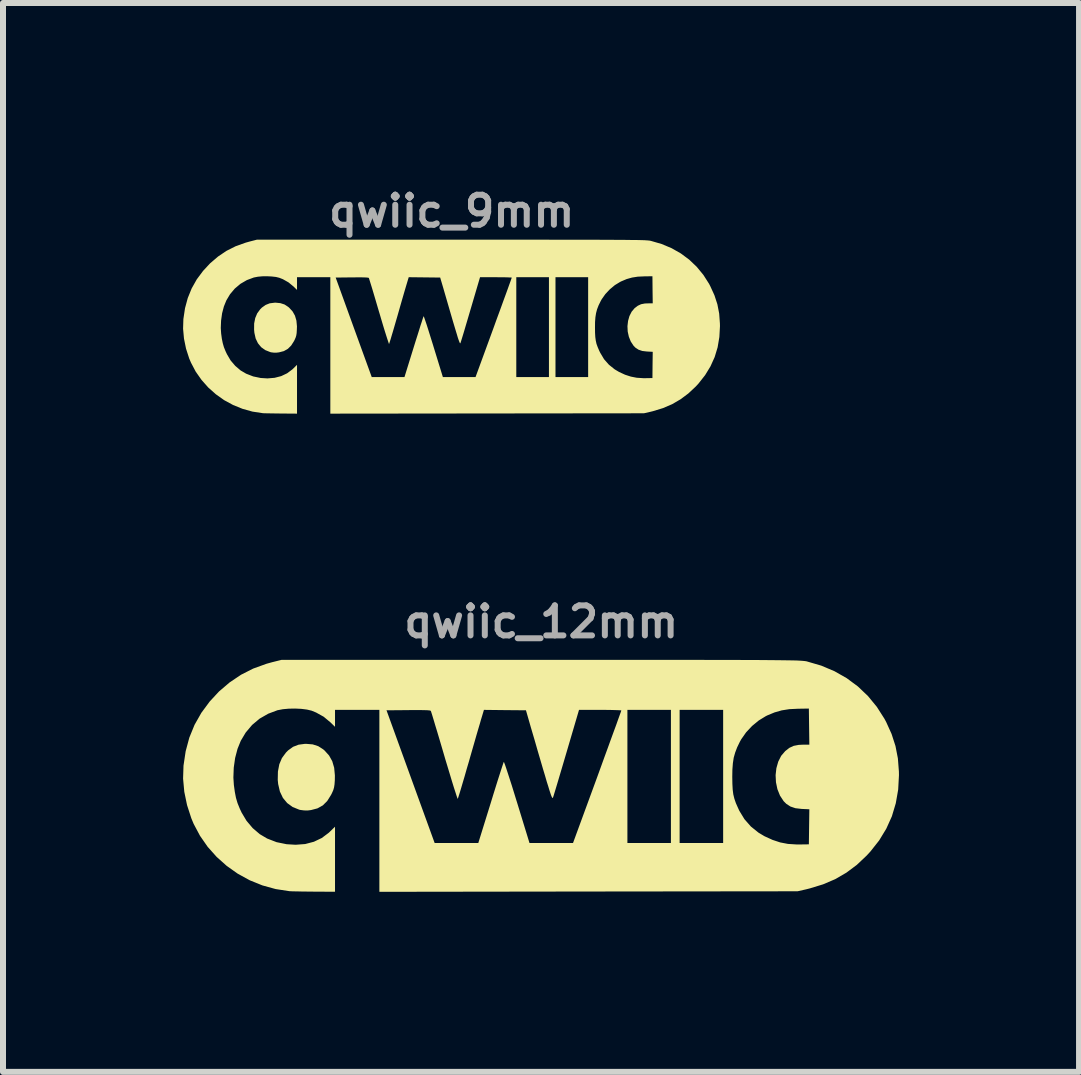
<source format=kicad_pcb>
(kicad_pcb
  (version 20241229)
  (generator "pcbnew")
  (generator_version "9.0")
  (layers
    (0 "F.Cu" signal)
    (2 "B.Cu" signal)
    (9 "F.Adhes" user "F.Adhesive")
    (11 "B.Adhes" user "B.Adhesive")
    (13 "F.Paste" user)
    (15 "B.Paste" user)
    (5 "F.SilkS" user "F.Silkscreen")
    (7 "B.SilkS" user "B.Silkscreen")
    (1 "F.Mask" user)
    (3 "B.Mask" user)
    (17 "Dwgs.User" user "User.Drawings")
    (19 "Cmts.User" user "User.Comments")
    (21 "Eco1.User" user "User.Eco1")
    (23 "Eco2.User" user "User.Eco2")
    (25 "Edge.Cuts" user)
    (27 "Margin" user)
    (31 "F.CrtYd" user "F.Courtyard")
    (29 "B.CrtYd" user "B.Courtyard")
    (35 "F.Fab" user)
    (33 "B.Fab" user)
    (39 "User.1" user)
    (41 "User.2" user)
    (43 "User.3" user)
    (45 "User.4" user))
  (footprint "qwiic_12mm"
    (layer "F.Cu")
    (at 5.967 9.849)
    (property "Reference" "qwiic_12mm" (at 0 -2.54 0) (layer "F.Fab") (effects (font (size 0.5 0.5) (thickness 0.1))))
    (attr board_only exclude_from_pos_files exclude_from_bom)
    (fp_poly (pts (xy -3.807 -0.498) (xy -3.715 -0.468) (xy -3.631 -0.414) (xy -3.609 -0.395) (xy -3.535 -0.313) (xy -3.482 -0.218) (xy -3.45 -0.109) (xy -3.438 0.019) (xy -3.439 0.098) (xy -3.444 0.167) (xy -3.452 0.219) (xy -3.465 0.264) (xy -3.487 0.314) (xy -3.503 0.345) (xy -3.565 0.444) (xy -3.639 0.518) (xy -3.729 0.568) (xy -3.836 0.596) (xy -3.891 0.603) (xy -3.951 0.602) (xy -4.013 0.594) (xy -4.031 0.59) (xy -4.142 0.545) (xy -4.233 0.479) (xy -4.304 0.393) (xy -4.354 0.288) (xy -4.383 0.163) (xy -4.39 0.094) (xy -4.387 -0.046) (xy -4.364 -0.167) (xy -4.32 -0.271) (xy -4.253 -0.362) (xy -4.216 -0.399) (xy -4.134 -0.458) (xy -4.043 -0.493) (xy -3.937 -0.507) (xy -3.914 -0.507)) (stroke (width 0) (type solid)) (fill yes) (layer "F.SilkS"))
    (fp_poly (pts (xy 0.412 -1.906) (xy 0.804 -1.906) (xy 1.169 -1.906) (xy 1.507 -1.906) (xy 1.821 -1.906) (xy 2.11 -1.906) (xy 2.377 -1.906) (xy 2.622 -1.906) (xy 2.845 -1.905) (xy 3.049 -1.905) (xy 3.233 -1.905) (xy 3.399 -1.904) (xy 3.549 -1.904) (xy 3.682 -1.903) (xy 3.8 -1.902) (xy 3.904 -1.901) (xy 3.995 -1.9) (xy 4.074 -1.899) (xy 4.142 -1.898) (xy 4.2 -1.897) (xy 4.249 -1.896) (xy 4.289 -1.894) (xy 4.323 -1.892) (xy 4.35 -1.89) (xy 4.373 -1.888) (xy 4.391 -1.886) (xy 4.406 -1.884) (xy 4.419 -1.882) (xy 4.429 -1.879) (xy 4.665 -1.81) (xy 4.885 -1.717) (xy 5.089 -1.601) (xy 5.275 -1.463) (xy 5.442 -1.304) (xy 5.59 -1.124) (xy 5.717 -0.925) (xy 5.746 -0.871) (xy 5.836 -0.672) (xy 5.901 -0.471) (xy 5.941 -0.265) (xy 5.958 -0.046) (xy 5.959 0.014) (xy 5.946 0.255) (xy 5.906 0.483) (xy 5.841 0.7) (xy 5.748 0.906) (xy 5.629 1.102) (xy 5.482 1.288) (xy 5.42 1.355) (xy 5.256 1.51) (xy 5.083 1.639) (xy 4.897 1.747) (xy 4.696 1.833) (xy 4.474 1.901) (xy 4.41 1.917) (xy 4.27 1.949) (xy 0.787 1.953) (xy -2.697 1.958) (xy -2.697 0.442) (xy -2.697 -1.066) (xy -2.578 -1.066) (xy -2.177 0.04) (xy -1.776 1.145) (xy -1.413 1.145) (xy -1.049 1.145) (xy -0.841 0.475) (xy -0.8 0.341) (xy -0.761 0.216) (xy -0.725 0.101) (xy -0.693 0.001) (xy -0.666 -0.083) (xy -0.645 -0.147) (xy -0.631 -0.189) (xy -0.624 -0.207) (xy -0.624 -0.207) (xy -0.618 -0.196) (xy -0.604 -0.159) (xy -0.584 -0.1) (xy -0.558 -0.021) (xy -0.527 0.075) (xy -0.491 0.186) (xy -0.453 0.309) (xy -0.412 0.442) (xy -0.405 0.464) (xy -0.196 1.145) (xy 0.167 1.145) (xy 0.529 1.145) (xy 0.932 0.046) (xy 0.994 -0.125) (xy 1.053 -0.288) (xy 1.109 -0.441) (xy 1.16 -0.582) (xy 1.206 -0.708) (xy 1.247 -0.819) (xy 1.28 -0.912) (xy 1.306 -0.984) (xy 1.324 -1.034) (xy 1.333 -1.06) (xy 1.334 -1.063) (xy 1.32 -1.066) (xy 1.281 -1.068) (xy 1.221 -1.07) (xy 1.144 -1.072) (xy 1.053 -1.073) (xy 0.981 -1.073) (xy 1.435 -1.073) (xy 1.435 0.036) (xy 1.435 1.145) (xy 1.798 1.145) (xy 2.16 1.145) (xy 2.16 0.036) (xy 2.16 -1.073) (xy 2.305 -1.073) (xy 2.305 0.036) (xy 2.305 1.145) (xy 2.668 1.145) (xy 3.03 1.145) (xy 3.03 0.043) (xy 3.182 0.043) (xy 3.184 0.16) (xy 3.189 0.254) (xy 3.199 0.334) (xy 3.217 0.407) (xy 3.242 0.48) (xy 3.278 0.561) (xy 3.299 0.607) (xy 3.385 0.748) (xy 3.492 0.87) (xy 3.62 0.973) (xy 3.719 1.032) (xy 3.853 1.093) (xy 3.98 1.135) (xy 4.11 1.16) (xy 4.253 1.169) (xy 4.32 1.169) (xy 4.458 1.167) (xy 4.462 0.875) (xy 4.466 0.583) (xy 4.338 0.577) (xy 4.234 0.565) (xy 4.151 0.537) (xy 4.082 0.492) (xy 4.038 0.448) (xy 3.977 0.355) (xy 3.934 0.248) (xy 3.91 0.133) (xy 3.904 0.014) (xy 3.917 -0.102) (xy 3.948 -0.211) (xy 3.997 -0.308) (xy 4.064 -0.386) (xy 4.134 -0.441) (xy 4.206 -0.474) (xy 4.29 -0.49) (xy 4.353 -0.493) (xy 4.466 -0.493) (xy 4.462 -0.794) (xy 4.458 -1.095) (xy 4.277 -1.092) (xy 4.133 -1.085) (xy 4.006 -1.065) (xy 3.887 -1.031) (xy 3.766 -0.981) (xy 3.74 -0.968) (xy 3.624 -0.897) (xy 3.512 -0.805) (xy 3.412 -0.698) (xy 3.332 -0.584) (xy 3.309 -0.543) (xy 3.263 -0.448) (xy 3.23 -0.361) (xy 3.206 -0.276) (xy 3.192 -0.183) (xy 3.184 -0.077) (xy 3.182 0.043) (xy 3.03 0.043) (xy 3.03 0.036) (xy 3.03 -1.073) (xy 2.668 -1.073) (xy 2.305 -1.073) (xy 2.16 -1.073) (xy 1.798 -1.073) (xy 1.435 -1.073) (xy 0.981 -1.073) (xy 0.629 -1.073) (xy 0.421 -0.366) (xy 0.38 -0.227) (xy 0.341 -0.095) (xy 0.305 0.026) (xy 0.273 0.134) (xy 0.245 0.227) (xy 0.223 0.3) (xy 0.207 0.353) (xy 0.198 0.38) (xy 0.197 0.383) (xy 0.194 0.39) (xy 0.19 0.394) (xy 0.186 0.394) (xy 0.18 0.387) (xy 0.173 0.372) (xy 0.163 0.348) (xy 0.151 0.312) (xy 0.135 0.263) (xy 0.116 0.2) (xy 0.091 0.121) (xy 0.063 0.024) (xy 0.028 -0.092) (xy -0.012 -0.229) (xy -0.059 -0.389) (xy -0.112 -0.574) (xy -0.174 -0.784) (xy -0.186 -0.826) (xy -0.255 -1.066) (xy -0.605 -1.069) (xy -0.955 -1.073) (xy -0.991 -0.953) (xy -1.003 -0.914) (xy -1.021 -0.85) (xy -1.046 -0.766) (xy -1.076 -0.664) (xy -1.109 -0.549) (xy -1.145 -0.424) (xy -1.183 -0.292) (xy -1.204 -0.217) (xy -1.242 -0.089) (xy -1.276 0.031) (xy -1.308 0.139) (xy -1.336 0.234) (xy -1.359 0.31) (xy -1.377 0.367) (xy -1.388 0.401) (xy -1.391 0.41) (xy -1.397 0.398) (xy -1.41 0.361) (xy -1.429 0.302) (xy -1.455 0.222) (xy -1.485 0.125) (xy -1.519 0.012) (xy -1.557 -0.114) (xy -1.598 -0.249) (xy -1.616 -0.311) (xy -1.657 -0.451) (xy -1.696 -0.583) (xy -1.732 -0.704) (xy -1.765 -0.812) (xy -1.792 -0.903) (xy -1.814 -0.976) (xy -1.83 -1.027) (xy -1.839 -1.054) (xy -1.841 -1.057) (xy -1.856 -1.063) (xy -1.896 -1.067) (xy -1.96 -1.069) (xy -2.051 -1.07) (xy -2.17 -1.07) (xy -2.214 -1.069) (xy -2.578 -1.066) (xy -2.697 -1.066) (xy -2.697 -1.073) (xy -3.066 -1.073) (xy -3.436 -1.073) (xy -3.436 -0.932) (xy -3.436 -0.791) (xy -3.512 -0.865) (xy -3.625 -0.959) (xy -3.751 -1.029) (xy -3.827 -1.06) (xy -3.902 -1.078) (xy -3.996 -1.09) (xy -4.101 -1.095) (xy -4.207 -1.093) (xy -4.306 -1.084) (xy -4.389 -1.068) (xy -4.392 -1.068) (xy -4.549 -1.009) (xy -4.692 -0.927) (xy -4.817 -0.822) (xy -4.924 -0.695) (xy -5.006 -0.558) (xy -5.06 -0.424) (xy -5.1 -0.272) (xy -5.123 -0.11) (xy -5.129 0.055) (xy -5.121 0.178) (xy -5.105 0.294) (xy -5.086 0.392) (xy -5.06 0.48) (xy -5.024 0.569) (xy -4.992 0.638) (xy -4.91 0.775) (xy -4.808 0.896) (xy -4.69 0.997) (xy -4.567 1.07) (xy -4.409 1.131) (xy -4.242 1.165) (xy -4.092 1.174) (xy -3.933 1.162) (xy -3.788 1.124) (xy -3.656 1.061) (xy -3.54 0.974) (xy -3.522 0.957) (xy -3.436 0.873) (xy -3.436 1.415) (xy -3.436 1.957) (xy -3.788 1.955) (xy -3.889 1.954) (xy -3.984 1.953) (xy -4.068 1.951) (xy -4.135 1.95) (xy -4.181 1.948) (xy -4.197 1.947) (xy -4.425 1.912) (xy -4.646 1.851) (xy -4.856 1.766) (xy -5.055 1.657) (xy -5.239 1.527) (xy -5.407 1.377) (xy -5.557 1.209) (xy -5.685 1.025) (xy -5.791 0.826) (xy -5.83 0.732) (xy -5.901 0.513) (xy -5.947 0.291) (xy -5.967 0.071) (xy -5.96 -0.144) (xy -5.924 -0.384) (xy -5.863 -0.611) (xy -5.776 -0.824) (xy -5.662 -1.025) (xy -5.523 -1.213) (xy -5.368 -1.38) (xy -5.191 -1.531) (xy -5.002 -1.658) (xy -4.799 -1.761) (xy -4.578 -1.841) (xy -4.484 -1.867) (xy -4.328 -1.906) (xy -0.007 -1.906)) (stroke (width 0) (type solid)) (fill yes) (layer "F.SilkS")))
  (footprint "qwiic_9mm"
    (layer "F.Cu")
    (at 4.475 2.373)
    (property "Reference" "qwiic_9mm" (at 0 -1.905 0) (layer "F.Fab") (effects (font (size 0.5 0.5) (thickness 0.1))))
    (attr board_only exclude_from_pos_files exclude_from_bom)
    (fp_poly (pts (xy -2.855 -0.373) (xy -2.786 -0.351) (xy -2.723 -0.31) (xy -2.707 -0.296) (xy -2.651 -0.235) (xy -2.611 -0.164) (xy -2.587 -0.082) (xy -2.578 0.014) (xy -2.58 0.073) (xy -2.583 0.125) (xy -2.589 0.164) (xy -2.599 0.198) (xy -2.615 0.235) (xy -2.627 0.259) (xy -2.674 0.333) (xy -2.729 0.388) (xy -2.796 0.426) (xy -2.877 0.447) (xy -2.919 0.452) (xy -2.963 0.452) (xy -3.01 0.446) (xy -3.024 0.442) (xy -3.107 0.409) (xy -3.175 0.36) (xy -3.228 0.295) (xy -3.266 0.216) (xy -3.287 0.122) (xy -3.292 0.07) (xy -3.291 -0.034) (xy -3.273 -0.125) (xy -3.24 -0.203) (xy -3.19 -0.271) (xy -3.162 -0.299) (xy -3.1 -0.343) (xy -3.032 -0.37) (xy -2.953 -0.38) (xy -2.936 -0.381)) (stroke (width 0) (type solid)) (fill yes) (layer "F.SilkS"))
    (fp_poly (pts (xy 0.309 -1.43) (xy 0.603 -1.43) (xy 0.876 -1.43) (xy 1.13 -1.43) (xy 1.366 -1.43) (xy 1.583 -1.43) (xy 1.783 -1.429) (xy 1.966 -1.429) (xy 2.134 -1.429) (xy 2.286 -1.429) (xy 2.425 -1.429) (xy 2.55 -1.428) (xy 2.662 -1.428) (xy 2.761 -1.427) (xy 2.85 -1.427) (xy 2.928 -1.426) (xy 2.997 -1.425) (xy 3.056 -1.425) (xy 3.107 -1.424) (xy 3.15 -1.423) (xy 3.187 -1.422) (xy 3.217 -1.421) (xy 3.242 -1.419) (xy 3.263 -1.418) (xy 3.28 -1.416) (xy 3.293 -1.415) (xy 3.305 -1.413) (xy 3.314 -1.411) (xy 3.322 -1.409) (xy 3.498 -1.358) (xy 3.664 -1.288) (xy 3.817 -1.201) (xy 3.956 -1.098) (xy 4.082 -0.978) (xy 4.193 -0.843) (xy 4.288 -0.694) (xy 4.309 -0.653) (xy 4.377 -0.504) (xy 4.426 -0.354) (xy 4.456 -0.199) (xy 4.468 -0.035) (xy 4.469 0.01) (xy 4.459 0.191) (xy 4.43 0.363) (xy 4.381 0.525) (xy 4.311 0.68) (xy 4.222 0.826) (xy 4.112 0.966) (xy 4.065 1.017) (xy 3.942 1.132) (xy 3.812 1.229) (xy 3.673 1.31) (xy 3.522 1.375) (xy 3.356 1.426) (xy 3.308 1.438) (xy 3.202 1.462) (xy 0.59 1.465) (xy -2.022 1.468) (xy -2.022 0.332) (xy -2.022 -0.799) (xy -1.933 -0.799) (xy -1.633 0.03) (xy -1.332 0.859) (xy -1.059 0.859) (xy -0.787 0.859) (xy -0.631 0.356) (xy -0.6 0.256) (xy -0.57 0.162) (xy -0.543 0.076) (xy -0.52 0.001) (xy -0.499 -0.062) (xy -0.484 -0.11) (xy -0.473 -0.142) (xy -0.468 -0.155) (xy -0.468 -0.155) (xy -0.463 -0.147) (xy -0.453 -0.119) (xy -0.438 -0.075) (xy -0.418 -0.016) (xy -0.395 0.056) (xy -0.369 0.139) (xy -0.34 0.232) (xy -0.309 0.331) (xy -0.304 0.348) (xy -0.147 0.859) (xy 0.125 0.859) (xy 0.397 0.859) (xy 0.699 0.034) (xy 0.745 -0.094) (xy 0.79 -0.216) (xy 0.832 -0.331) (xy 0.87 -0.436) (xy 0.905 -0.531) (xy 0.935 -0.614) (xy 0.96 -0.684) (xy 0.98 -0.738) (xy 0.993 -0.776) (xy 1 -0.795) (xy 1 -0.798) (xy 0.99 -0.8) (xy 0.961 -0.801) (xy 0.916 -0.803) (xy 0.858 -0.804) (xy 0.79 -0.804) (xy 0.736 -0.805) (xy 1.076 -0.805) (xy 1.076 0.027) (xy 1.076 0.859) (xy 1.348 0.859) (xy 1.62 0.859) (xy 1.62 0.027) (xy 1.62 -0.805) (xy 1.729 -0.805) (xy 1.729 0.027) (xy 1.729 0.859) (xy 2.001 0.859) (xy 2.273 0.859) (xy 2.273 0.033) (xy 2.387 0.033) (xy 2.388 0.12) (xy 2.392 0.191) (xy 2.4 0.251) (xy 2.412 0.305) (xy 2.432 0.36) (xy 2.458 0.421) (xy 2.475 0.455) (xy 2.538 0.561) (xy 2.619 0.653) (xy 2.715 0.73) (xy 2.789 0.774) (xy 2.889 0.82) (xy 2.985 0.851) (xy 3.082 0.87) (xy 3.19 0.877) (xy 3.24 0.877) (xy 3.344 0.875) (xy 3.346 0.656) (xy 3.349 0.438) (xy 3.253 0.433) (xy 3.176 0.424) (xy 3.113 0.403) (xy 3.061 0.369) (xy 3.029 0.336) (xy 2.983 0.266) (xy 2.951 0.186) (xy 2.932 0.1) (xy 2.928 0.011) (xy 2.938 -0.077) (xy 2.961 -0.158) (xy 2.998 -0.231) (xy 3.048 -0.29) (xy 3.101 -0.33) (xy 3.155 -0.355) (xy 3.217 -0.367) (xy 3.265 -0.369) (xy 3.349 -0.37) (xy 3.346 -0.595) (xy 3.344 -0.821) (xy 3.208 -0.819) (xy 3.099 -0.814) (xy 3.004 -0.799) (xy 2.915 -0.774) (xy 2.825 -0.736) (xy 2.805 -0.726) (xy 2.718 -0.673) (xy 2.634 -0.603) (xy 2.559 -0.523) (xy 2.499 -0.438) (xy 2.482 -0.407) (xy 2.447 -0.336) (xy 2.422 -0.271) (xy 2.405 -0.207) (xy 2.394 -0.138) (xy 2.388 -0.058) (xy 2.387 0.033) (xy 2.273 0.033) (xy 2.273 0.027) (xy 2.273 -0.805) (xy 2.001 -0.805) (xy 1.729 -0.805) (xy 1.62 -0.805) (xy 1.348 -0.805) (xy 1.076 -0.805) (xy 0.736 -0.805) (xy 0.472 -0.805) (xy 0.316 -0.275) (xy 0.285 -0.17) (xy 0.256 -0.072) (xy 0.229 0.019) (xy 0.205 0.101) (xy 0.184 0.17) (xy 0.167 0.225) (xy 0.155 0.264) (xy 0.148 0.285) (xy 0.148 0.287) (xy 0.145 0.293) (xy 0.143 0.296) (xy 0.139 0.295) (xy 0.135 0.29) (xy 0.13 0.279) (xy 0.123 0.261) (xy 0.113 0.234) (xy 0.101 0.198) (xy 0.087 0.15) (xy 0.069 0.091) (xy 0.047 0.018) (xy 0.021 -0.069) (xy -0.009 -0.172) (xy -0.044 -0.292) (xy -0.084 -0.43) (xy -0.13 -0.588) (xy -0.139 -0.62) (xy -0.192 -0.799) (xy -0.454 -0.802) (xy -0.716 -0.805) (xy -0.743 -0.715) (xy -0.752 -0.685) (xy -0.766 -0.638) (xy -0.785 -0.574) (xy -0.807 -0.498) (xy -0.832 -0.412) (xy -0.859 -0.318) (xy -0.887 -0.219) (xy -0.903 -0.163) (xy -0.931 -0.067) (xy -0.957 0.023) (xy -0.981 0.105) (xy -1.002 0.175) (xy -1.019 0.233) (xy -1.033 0.275) (xy -1.041 0.301) (xy -1.043 0.307) (xy -1.048 0.299) (xy -1.057 0.271) (xy -1.072 0.226) (xy -1.091 0.167) (xy -1.114 0.094) (xy -1.14 0.009) (xy -1.168 -0.085) (xy -1.198 -0.187) (xy -1.212 -0.233) (xy -1.243 -0.338) (xy -1.272 -0.437) (xy -1.299 -0.528) (xy -1.323 -0.609) (xy -1.344 -0.677) (xy -1.361 -0.732) (xy -1.373 -0.77) (xy -1.379 -0.79) (xy -1.381 -0.793) (xy -1.392 -0.797) (xy -1.422 -0.8) (xy -1.47 -0.802) (xy -1.539 -0.803) (xy -1.627 -0.802) (xy -1.661 -0.802) (xy -1.933 -0.799) (xy -2.022 -0.799) (xy -2.022 -0.805) (xy -2.3 -0.805) (xy -2.577 -0.805) (xy -2.577 -0.699) (xy -2.577 -0.593) (xy -2.634 -0.649) (xy -2.719 -0.719) (xy -2.813 -0.772) (xy -2.871 -0.795) (xy -2.927 -0.809) (xy -2.997 -0.817) (xy -3.076 -0.821) (xy -3.155 -0.82) (xy -3.23 -0.813) (xy -3.292 -0.801) (xy -3.294 -0.801) (xy -3.412 -0.757) (xy -3.519 -0.695) (xy -3.613 -0.616) (xy -3.693 -0.521) (xy -3.754 -0.419) (xy -3.795 -0.318) (xy -3.825 -0.204) (xy -3.842 -0.082) (xy -3.847 0.041) (xy -3.841 0.133) (xy -3.829 0.221) (xy -3.814 0.294) (xy -3.795 0.36) (xy -3.768 0.427) (xy -3.744 0.478) (xy -3.683 0.582) (xy -3.606 0.672) (xy -3.517 0.748) (xy -3.425 0.802) (xy -3.307 0.848) (xy -3.182 0.874) (xy -3.069 0.881) (xy -2.95 0.871) (xy -2.841 0.843) (xy -2.742 0.796) (xy -2.655 0.731) (xy -2.641 0.718) (xy -2.577 0.655) (xy -2.577 1.061) (xy -2.577 1.468) (xy -2.841 1.466) (xy -2.917 1.465) (xy -2.988 1.464) (xy -3.051 1.463) (xy -3.101 1.462) (xy -3.136 1.461) (xy -3.148 1.46) (xy -3.319 1.434) (xy -3.484 1.388) (xy -3.642 1.324) (xy -3.791 1.243) (xy -3.929 1.145) (xy -4.055 1.033) (xy -4.167 0.907) (xy -4.264 0.769) (xy -4.343 0.619) (xy -4.373 0.549) (xy -4.426 0.385) (xy -4.46 0.218) (xy -4.475 0.053) (xy -4.47 -0.108) (xy -4.443 -0.288) (xy -4.397 -0.458) (xy -4.332 -0.618) (xy -4.247 -0.769) (xy -4.142 -0.91) (xy -4.026 -1.035) (xy -3.893 -1.149) (xy -3.752 -1.244) (xy -3.599 -1.321) (xy -3.434 -1.38) (xy -3.363 -1.4) (xy -3.246 -1.43) (xy -0.005 -1.43)) (stroke (width 0) (type solid)) (fill yes) (layer "F.SilkS")))
  (gr_rect
    (start -3 -3)
    (end 14.926 14.807)
    (stroke (width 0.1) (type default))
    (fill no)
    (layer "Edge.Cuts")))
</source>
